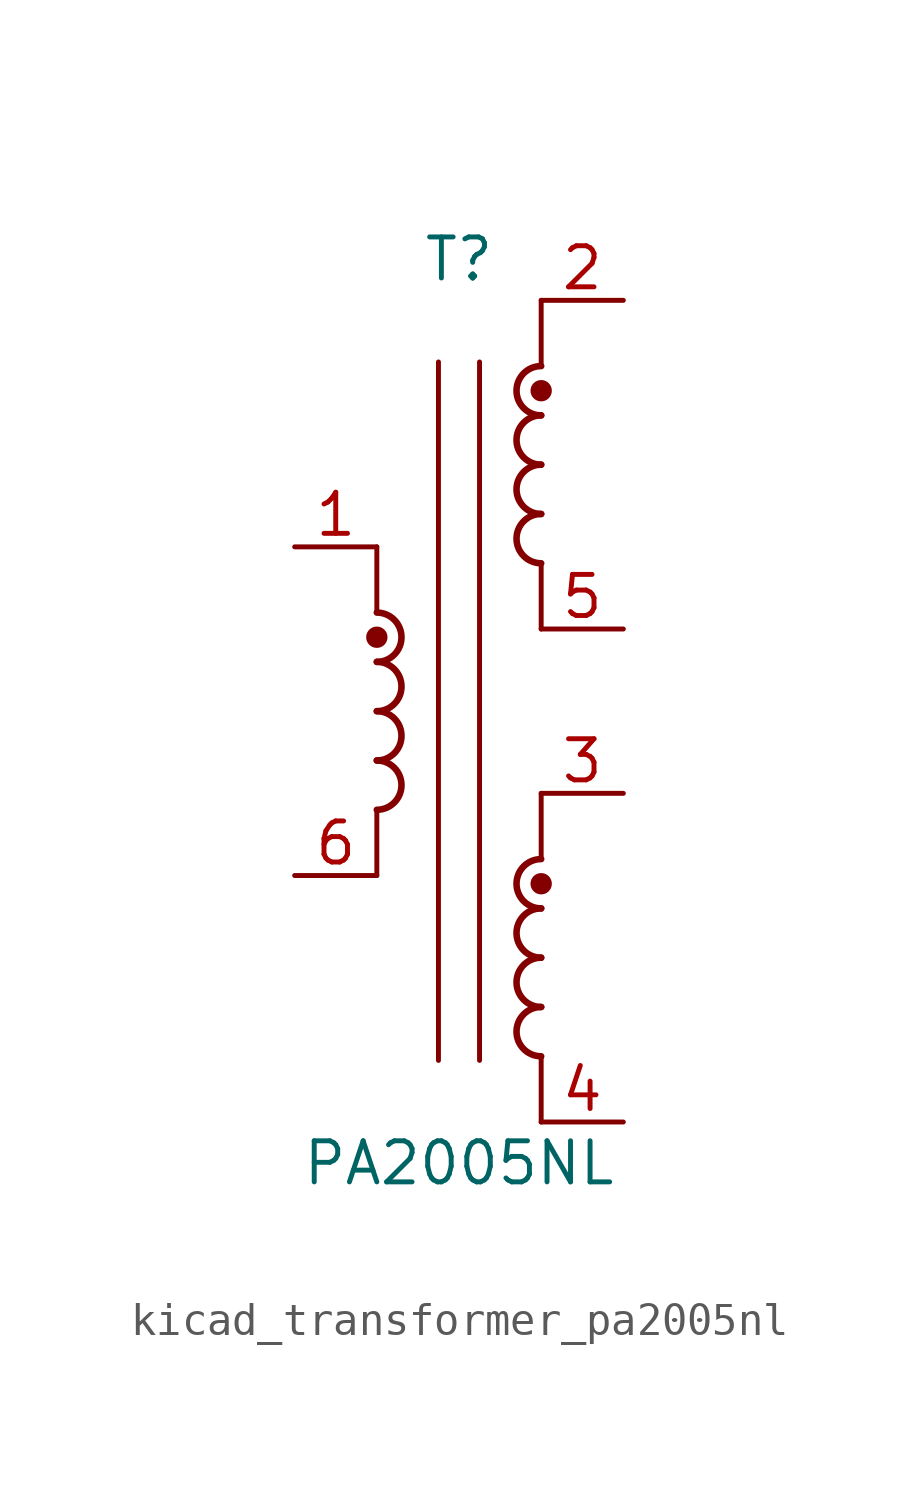
<source format=kicad_sym>
(kicad_symbol_lib
  (version 20220914)
  (generator kicad_symbol_editor)
  (symbol "kicad_transformer_pa2005nl"
    (pin_names hide)
    (property "Reference" "T"
      (at 0 13.97 0)
      (effects (font (size 1.27 1.27))))
    (property "Value" "PA2005NL"
      (at 0 -13.97 0)
      (effects (font (size 1.27 1.27))))
    (symbol "kicad_transformer_pa2005nl_0_1"
      (arc (start -2.54 -3.048) (mid -1.7813 -2.286) (end -2.54 -1.524) (stroke (width 0.2032) (type default)) (fill (type none)))
      (arc (start -2.54 -1.524) (mid -1.7813 -0.762) (end -2.54 0) (stroke (width 0.2032) (type default)) (fill (type none)))
      (arc (start -2.54 0) (mid -1.7813 0.762) (end -2.54 1.524) (stroke (width 0.2032) (type default)) (fill (type none)))
      (circle (center -2.54 2.286) (radius 0.254) (stroke (width 0) (type default)) (fill (type outline)))
      (polyline (pts (xy -2.54 -3.048) (xy -2.54 -5.08)) (stroke (width 0) (type default)) (fill (type none)))
      (polyline (pts (xy -2.54 5.08) (xy -2.54 3.048)) (stroke (width 0) (type default)) (fill (type none)))
      (polyline (pts (xy -0.635 10.795) (xy -0.635 -10.795)) (stroke (width 0) (type default)) (fill (type none)))
      (polyline (pts (xy 0.635 10.795) (xy 0.635 -10.795)) (stroke (width 0) (type default)) (fill (type none)))
      (polyline (pts (xy 2.54 -10.668) (xy 2.54 -12.7)) (stroke (width 0) (type default)) (fill (type none)))
      (polyline (pts (xy 2.54 -2.54) (xy 2.54 -4.572)) (stroke (width 0) (type default)) (fill (type none)))
      (polyline (pts (xy 2.54 4.572) (xy 2.54 2.54)) (stroke (width 0) (type default)) (fill (type none)))
      (polyline (pts (xy 2.54 12.7) (xy 2.54 10.668)) (stroke (width 0) (type default)) (fill (type none)))
      (arc (start 2.54 -9.144) (mid 1.7813 -9.906) (end 2.54 -10.668) (stroke (width 0.2032) (type default)) (fill (type none)))
      (arc (start 2.54 -7.62) (mid 1.7813 -8.382) (end 2.54 -9.144) (stroke (width 0.2032) (type default)) (fill (type none)))
      (arc (start 2.54 -6.096) (mid 1.7813 -6.858) (end 2.54 -7.62) (stroke (width 0.2032) (type default)) (fill (type none)))
      (circle (center 2.54 -5.334) (radius 0.254) (stroke (width 0) (type default)) (fill (type outline)))
      (arc (start 2.54 -4.572) (mid 1.7813 -5.334) (end 2.54 -6.096) (stroke (width 0.2032) (type default)) (fill (type none)))
      (arc (start 2.54 6.096) (mid 1.7813 5.334) (end 2.54 4.572) (stroke (width 0.2032) (type default)) (fill (type none)))
      (arc (start 2.54 7.62) (mid 1.7813 6.858) (end 2.54 6.096) (stroke (width 0.2032) (type default)) (fill (type none)))
      (arc (start 2.54 9.144) (mid 1.7813 8.382) (end 2.54 7.62) (stroke (width 0.2032) (type default)) (fill (type none)))
      (circle (center 2.54 9.906) (radius 0.254) (stroke (width 0) (type default)) (fill (type outline)))
      (arc (start 2.54 10.668) (mid 1.7813 9.906) (end 2.54 9.144) (stroke (width 0.2032) (type default)) (fill (type none))))
    (symbol "kicad_transformer_pa2005nl_1_1"
      (arc (start -2.54 1.524) (mid -1.7813 2.286) (end -2.54 3.048) (stroke (width 0.2032) (type default)) (fill (type none)))
      (pin passive line (at -5.08 5.08 0) (length 2.54) (name "~" (effects (font (size 1.27 1.27)))) (number "1" (effects (font (size 1.27 1.27)))))
      (pin passive line (at 5.08 12.7 180) (length 2.54) (name "~" (effects (font (size 1.27 1.27)))) (number "2" (effects (font (size 1.27 1.27)))))
      (pin passive line (at 5.08 -2.54 180) (length 2.54) (name "~" (effects (font (size 1.27 1.27)))) (number "3" (effects (font (size 1.27 1.27)))))
      (pin passive line (at 5.08 -12.7 180) (length 2.54) (name "~" (effects (font (size 1.27 1.27)))) (number "4" (effects (font (size 1.27 1.27)))))
      (pin passive line (at 5.08 2.54 180) (length 2.54) (name "~" (effects (font (size 1.27 1.27)))) (number "5" (effects (font (size 1.27 1.27)))))
      (pin passive line (at -5.08 -5.08 0) (length 2.54) (name "~" (effects (font (size 1.27 1.27)))) (number "6" (effects (font (size 1.27 1.27))))))))
</source>
